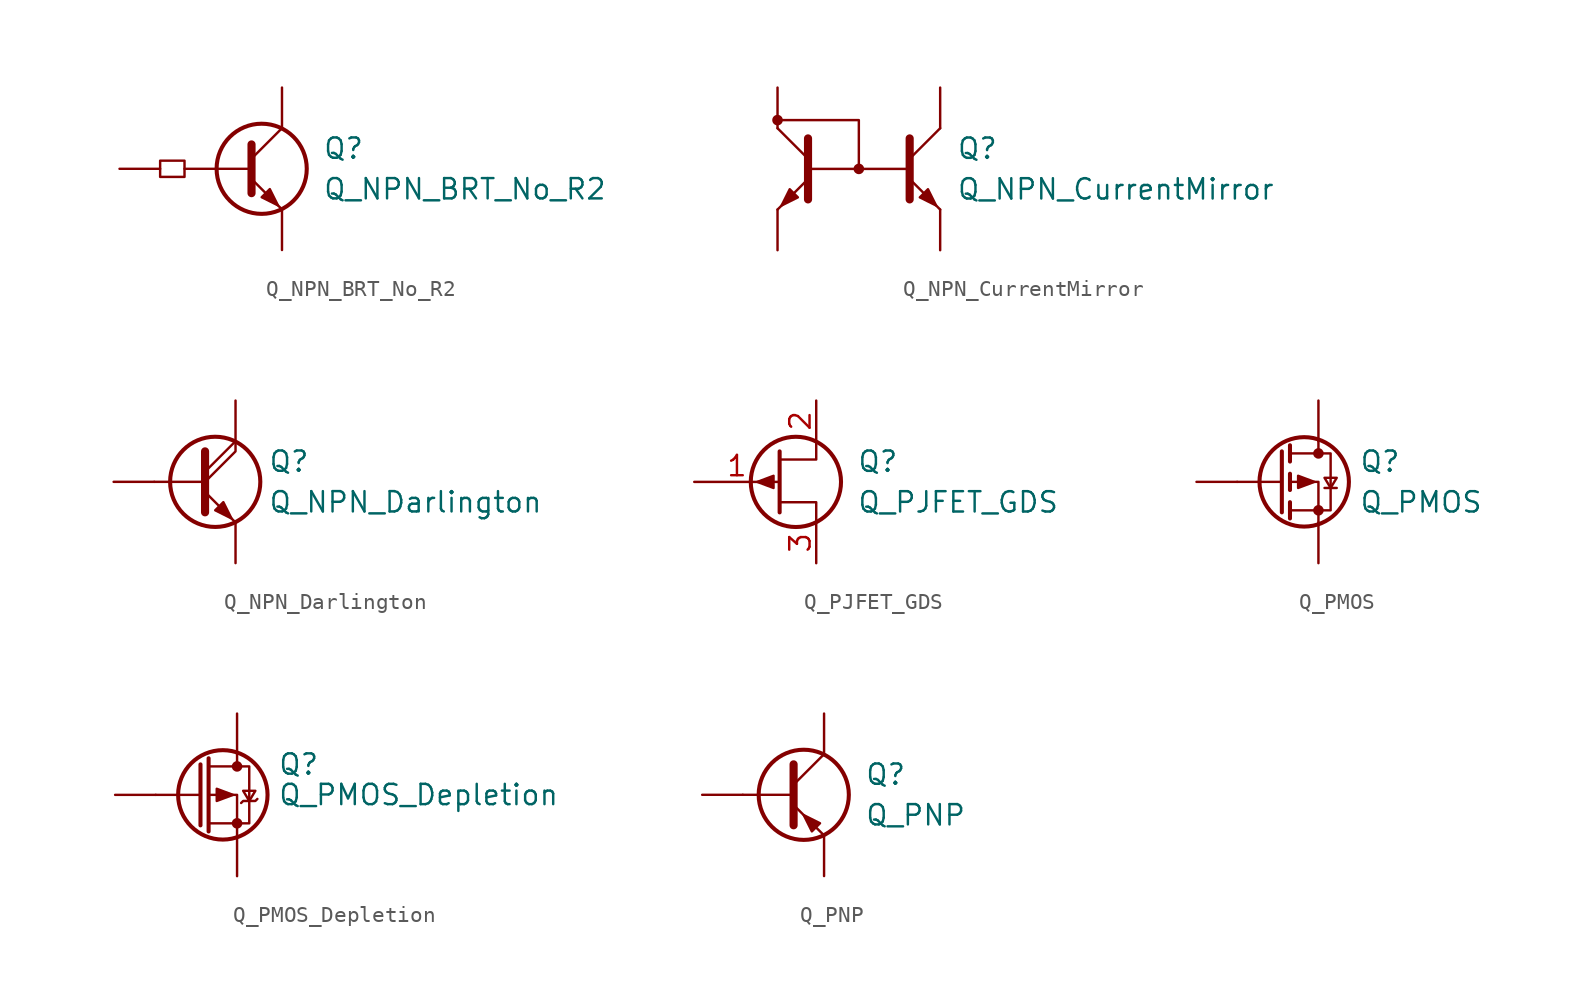
<source format=kicad_sym>
(kicad_symbol_lib
  (version 20241209)
  (generator "kicad_symbol_editor")
  (generator_version "9.0")
  (symbol "Q_NPN_BRT_No_R2"
    (pin_numbers
      (hide yes))
    (pin_names
      (hide yes))
    (property "Reference" "Q"
      (at 3.81 1.27 0)
      (effects (font (size 1.27 1.27)) (justify left)))
    (property "Value" "Q_NPN_BRT_No_R2"
      (at 3.81 -1.27 0)
      (effects (font (size 1.27 1.27)) (justify left)))
    (symbol "Q_NPN_BRT_No_R2_0_1"
      (rectangle (start -6.35 0.508) (end -4.826 -0.508) (stroke (width 0) (type default)) (fill (type none)))
      (polyline (pts (xy -0.762 0) (xy -4.826 0)) (stroke (width 0) (type default)) (fill (type none)))
      (polyline (pts (xy -0.635 1.524) (xy -0.635 -1.524)) (stroke (width 0.508) (type default)) (fill (type none))))
    (symbol "Q_NPN_BRT_No_R2_1_1"
      (polyline (pts (xy -0.635 0.635) (xy 1.27 2.54)) (stroke (width 0) (type default)) (fill (type none)))
      (polyline (pts (xy -0.635 -0.635) (xy 1.27 -2.54)) (stroke (width 0) (type default)) (fill (type none)))
      (circle (center 0 0) (radius 2.819) (stroke (width 0.254) (type default)) (fill (type none)))
      (polyline (pts (xy 0 -1.778) (xy 0.508 -1.27) (xy 1.016 -2.286) (xy 0 -1.778)) (stroke (width 0) (type default)) (fill (type outline)))
      (pin input line (at -8.89 0 0) (length 2.54) (name "B" (effects (font (size 1.27 1.27)))) (number "B" (effects (font (size 1.27 1.27)))))
      (pin passive line (at 1.27 5.08 270) (length 2.54) (name "C" (effects (font (size 1.27 1.27)))) (number "C" (effects (font (size 1.27 1.27)))))
      (pin passive line (at 1.27 -5.08 90) (length 2.54) (name "E" (effects (font (size 1.27 1.27)))) (number "E" (effects (font (size 1.27 1.27)))))))
  (symbol "Q_NPN_CurrentMirror"
    (pin_numbers
      (hide yes))
    (pin_names
      (offset 0)
      (hide yes))
    (property "Reference" "Q"
      (at 6.096 1.27 0)
      (effects (font (size 1.27 1.27)) (justify left)))
    (property "Value" "Q_NPN_CurrentMirror"
      (at 6.096 -1.27 0)
      (effects (font (size 1.27 1.27)) (justify left)))
    (symbol "Q_NPN_CurrentMirror_0_1"
      (circle (center -5.08 3.048) (radius 0.254) (stroke (width 0) (type default)) (fill (type outline)))
      (polyline (pts (xy -5.08 2.54) (xy -3.175 0.635)) (stroke (width 0) (type default)) (fill (type none)))
      (polyline (pts (xy -5.08 -2.54) (xy -3.175 -0.635)) (stroke (width 0) (type default)) (fill (type none)))
      (polyline (pts (xy -3.81 -1.778) (xy -4.318 -1.27) (xy -4.826 -2.286) (xy -3.81 -1.778)) (stroke (width 0) (type default)) (fill (type outline)))
      (polyline (pts (xy -3.175 -1.905) (xy -3.175 1.905)) (stroke (width 0.508) (type default)) (fill (type outline)))
      (polyline (pts (xy 0 0) (xy 0 3.048) (xy -5.08 3.048)) (stroke (width 0) (type default)) (fill (type none)))
      (circle (center 0 0) (radius 0.254) (stroke (width 0) (type default)) (fill (type outline)))
      (polyline (pts (xy 3.175 0) (xy -3.175 0)) (stroke (width 0) (type default)) (fill (type none)))
      (polyline (pts (xy 3.175 -1.905) (xy 3.175 1.905)) (stroke (width 0.508) (type default)) (fill (type outline)))
      (polyline (pts (xy 3.81 -1.778) (xy 4.318 -1.27) (xy 4.826 -2.286) (xy 3.81 -1.778)) (stroke (width 0) (type default)) (fill (type outline)))
      (polyline (pts (xy 5.08 2.54) (xy 3.175 0.635)) (stroke (width 0) (type default)) (fill (type none)))
      (polyline (pts (xy 5.08 -2.54) (xy 3.175 -0.635)) (stroke (width 0) (type default)) (fill (type none))))
    (symbol "Q_NPN_CurrentMirror_1_1"
      (pin passive line (at -5.08 5.08 270) (length 2.54) (name "C2" (effects (font (size 1.27 1.27)))) (number "C2" (effects (font (size 1.27 1.27)))))
      (pin passive line (at -5.08 -5.08 90) (length 2.54) (name "E2" (effects (font (size 1.27 1.27)))) (number "E2" (effects (font (size 1.27 1.27)))))
      (pin passive line (at 5.08 5.08 270) (length 2.54) (name "C1" (effects (font (size 1.27 1.27)))) (number "C1" (effects (font (size 1.27 1.27)))))
      (pin passive line (at 5.08 -5.08 90) (length 2.54) (name "E1" (effects (font (size 1.27 1.27)))) (number "E1" (effects (font (size 1.27 1.27)))))))
  (symbol "Q_NPN_Darlington"
    (pin_numbers
      (hide yes))
    (pin_names
      (offset 0)
      (hide yes))
    (property "Reference" "Q"
      (at 4.572 1.27 0)
      (effects (font (size 1.27 1.27)) (justify left)))
    (property "Value" "Q_NPN_Darlington"
      (at 4.572 -1.27 0)
      (effects (font (size 1.27 1.27)) (justify left)))
    (symbol "Q_NPN_Darlington_0_1"
      (polyline (pts (xy -2.54 0) (xy 0.635 0)) (stroke (width 0) (type default)) (fill (type none)))
      (polyline (pts (xy 0.635 1.905) (xy 0.635 -1.905)) (stroke (width 0.508) (type default)) (fill (type none)))
      (polyline (pts (xy 0.635 0.635) (xy 2.54 2.54)) (stroke (width 0) (type default)) (fill (type none)))
      (polyline (pts (xy 0.635 0) (xy 2.54 1.905) (xy 2.54 2.54)) (stroke (width 0) (type default)) (fill (type none)))
      (polyline (pts (xy 0.635 -0.635) (xy 2.54 -2.54)) (stroke (width 0) (type default)) (fill (type none)))
      (circle (center 1.27 0) (radius 2.819) (stroke (width 0.254) (type default)) (fill (type none)))
      (polyline (pts (xy 1.27 -1.778) (xy 1.778 -1.27) (xy 2.286 -2.286) (xy 1.27 -1.778)) (stroke (width 0) (type default)) (fill (type outline))))
    (symbol "Q_NPN_Darlington_1_1"
      (pin input line (at -5.08 0 0) (length 2.54) (name "B" (effects (font (size 1.27 1.27)))) (number "B" (effects (font (size 1.27 1.27)))))
      (pin passive line (at 2.54 5.08 270) (length 2.54) (name "C" (effects (font (size 1.27 1.27)))) (number "C" (effects (font (size 1.27 1.27)))))
      (pin passive line (at 2.54 -5.08 90) (length 2.54) (name "E" (effects (font (size 1.27 1.27)))) (number "E" (effects (font (size 1.27 1.27)))))))
  (symbol "Q_PJFET_GDS"
    (pin_names
      (offset 0)
      (hide yes))
    (property "Reference" "Q"
      (at 5.08 1.27 0)
      (effects (font (size 1.27 1.27)) (justify left)))
    (property "Value" "Q_PJFET_GDS"
      (at 5.08 -1.27 0)
      (effects (font (size 1.27 1.27)) (justify left)))
    (symbol "Q_PJFET_GDS_0_1"
      (polyline (pts (xy -1.143 0) (xy -0.127 0.381) (xy -0.127 -0.381) (xy -1.143 0)) (stroke (width 0) (type default)) (fill (type outline)))
      (polyline (pts (xy 0.254 1.905) (xy 0.254 -1.905) (xy 0.254 -1.905)) (stroke (width 0.254) (type default)) (fill (type none)))
      (circle (center 1.27 0) (radius 2.819) (stroke (width 0.254) (type default)) (fill (type none)))
      (polyline (pts (xy 2.54 2.54) (xy 2.54 1.397) (xy 0.254 1.397)) (stroke (width 0) (type default)) (fill (type none)))
      (polyline (pts (xy 2.54 -2.54) (xy 2.54 -1.27) (xy 0.254 -1.27)) (stroke (width 0) (type default)) (fill (type none))))
    (symbol "Q_PJFET_GDS_1_1"
      (pin input line (at -5.08 0 0) (length 5.334) (name "G" (effects (font (size 1.27 1.27)))) (number "1" (effects (font (size 1.27 1.27)))))
      (pin passive line (at 2.54 5.08 270) (length 2.54) (name "D" (effects (font (size 1.27 1.27)))) (number "2" (effects (font (size 1.27 1.27)))))
      (pin passive line (at 2.54 -5.08 90) (length 2.54) (name "S" (effects (font (size 1.27 1.27)))) (number "3" (effects (font (size 1.27 1.27)))))))
  (symbol "Q_PMOS"
    (pin_numbers
      (hide yes))
    (pin_names
      (offset 0)
      (hide yes))
    (property "Reference" "Q"
      (at 5.08 1.27 0)
      (effects (font (size 1.27 1.27)) (justify left)))
    (property "Value" "Q_PMOS"
      (at 5.08 -1.27 0)
      (effects (font (size 1.27 1.27)) (justify left)))
    (symbol "Q_PMOS_0_1"
      (polyline (pts (xy 0.254 1.905) (xy 0.254 -1.905)) (stroke (width 0.254) (type default)) (fill (type none)))
      (polyline (pts (xy 0.254 0) (xy -2.54 0)) (stroke (width 0) (type default)) (fill (type none)))
      (polyline (pts (xy 0.762 2.286) (xy 0.762 1.27)) (stroke (width 0.254) (type default)) (fill (type none)))
      (polyline (pts (xy 0.762 1.778) (xy 3.302 1.778) (xy 3.302 -1.778) (xy 0.762 -1.778)) (stroke (width 0) (type default)) (fill (type none)))
      (polyline (pts (xy 0.762 0.508) (xy 0.762 -0.508)) (stroke (width 0.254) (type default)) (fill (type none)))
      (polyline (pts (xy 0.762 -1.27) (xy 0.762 -2.286)) (stroke (width 0.254) (type default)) (fill (type none)))
      (circle (center 1.651 0) (radius 2.794) (stroke (width 0.254) (type default)) (fill (type none)))
      (polyline (pts (xy 2.286 0) (xy 1.27 0.381) (xy 1.27 -0.381) (xy 2.286 0)) (stroke (width 0) (type default)) (fill (type outline)))
      (polyline (pts (xy 2.54 2.54) (xy 2.54 1.778)) (stroke (width 0) (type default)) (fill (type none)))
      (circle (center 2.54 1.778) (radius 0.254) (stroke (width 0) (type default)) (fill (type outline)))
      (circle (center 2.54 -1.778) (radius 0.254) (stroke (width 0) (type default)) (fill (type outline)))
      (polyline (pts (xy 2.54 -2.54) (xy 2.54 0) (xy 0.762 0)) (stroke (width 0) (type default)) (fill (type none)))
      (polyline (pts (xy 2.921 -0.381) (xy 3.683 -0.381)) (stroke (width 0) (type default)) (fill (type none)))
      (polyline (pts (xy 3.302 -0.381) (xy 2.921 0.254) (xy 3.683 0.254) (xy 3.302 -0.381)) (stroke (width 0) (type default)) (fill (type none))))
    (symbol "Q_PMOS_1_1"
      (pin input line (at -5.08 0 0) (length 2.54) (name "G" (effects (font (size 1.27 1.27)))) (number "G" (effects (font (size 1.27 1.27)))))
      (pin passive line (at 2.54 5.08 270) (length 2.54) (name "D" (effects (font (size 1.27 1.27)))) (number "D" (effects (font (size 1.27 1.27)))))
      (pin passive line (at 2.54 -5.08 90) (length 2.54) (name "S" (effects (font (size 1.27 1.27)))) (number "S" (effects (font (size 1.27 1.27)))))))
  (symbol "Q_PMOS_Depletion"
    (pin_numbers
      (hide yes))
    (pin_names
      (offset 0)
      (hide yes))
    (property "Reference" "Q"
      (at 5.08 1.905 0)
      (effects (font (size 1.27 1.27)) (justify left)))
    (property "Value" "Q_PMOS_Depletion"
      (at 5.08 0 0)
      (effects (font (size 1.27 1.27)) (justify left)))
    (symbol "Q_PMOS_Depletion_0_1"
      (polyline (pts (xy 0.254 1.905) (xy 0.254 -1.905)) (stroke (width 0.254) (type default)) (fill (type none)))
      (polyline (pts (xy 0.254 0) (xy -2.54 0)) (stroke (width 0) (type default)) (fill (type none)))
      (polyline (pts (xy 0.762 2.286) (xy 0.762 -2.286)) (stroke (width 0.254) (type default)) (fill (type none)))
      (polyline (pts (xy 0.762 1.778) (xy 3.302 1.778) (xy 3.302 -1.778) (xy 0.762 -1.778)) (stroke (width 0) (type default)) (fill (type none)))
      (circle (center 1.651 0) (radius 2.794) (stroke (width 0.254) (type default)) (fill (type none)))
      (polyline (pts (xy 2.286 0) (xy 1.27 0.381) (xy 1.27 -0.381) (xy 2.286 0)) (stroke (width 0) (type default)) (fill (type outline)))
      (polyline (pts (xy 2.54 2.54) (xy 2.54 1.778)) (stroke (width 0) (type default)) (fill (type none)))
      (circle (center 2.54 1.778) (radius 0.254) (stroke (width 0) (type default)) (fill (type outline)))
      (circle (center 2.54 -1.778) (radius 0.254) (stroke (width 0) (type default)) (fill (type outline)))
      (polyline (pts (xy 2.54 -2.54) (xy 2.54 0) (xy 0.762 0)) (stroke (width 0) (type default)) (fill (type none)))
      (polyline (pts (xy 2.794 -0.508) (xy 2.921 -0.381) (xy 3.683 -0.381) (xy 3.81 -0.254)) (stroke (width 0) (type default)) (fill (type none)))
      (polyline (pts (xy 3.302 -0.381) (xy 2.921 0.254) (xy 3.683 0.254) (xy 3.302 -0.381)) (stroke (width 0) (type default)) (fill (type none))))
    (symbol "Q_PMOS_Depletion_1_1"
      (pin input line (at -5.08 0 0) (length 2.54) (name "G" (effects (font (size 1.27 1.27)))) (number "G" (effects (font (size 1.27 1.27)))))
      (pin passive line (at 2.54 5.08 270) (length 2.54) (name "D" (effects (font (size 1.27 1.27)))) (number "D" (effects (font (size 1.27 1.27)))))
      (pin passive line (at 2.54 -5.08 90) (length 2.54) (name "S" (effects (font (size 1.27 1.27)))) (number "S" (effects (font (size 1.27 1.27)))))))
  (symbol "Q_PNP"
    (pin_numbers
      (hide yes))
    (pin_names
      (offset 0)
      (hide yes))
    (property "Reference" "Q"
      (at 5.08 1.27 0)
      (effects (font (size 1.27 1.27)) (justify left)))
    (property "Value" "Q_PNP"
      (at 5.08 -1.27 0)
      (effects (font (size 1.27 1.27)) (justify left)))
    (symbol "Q_PNP_0_1"
      (polyline (pts (xy -2.54 0) (xy 0.635 0)) (stroke (width 0) (type default)) (fill (type none)))
      (polyline (pts (xy 0.635 1.905) (xy 0.635 -1.905)) (stroke (width 0.508) (type default)) (fill (type none)))
      (polyline (pts (xy 0.635 0.635) (xy 2.54 2.54)) (stroke (width 0) (type default)) (fill (type none)))
      (polyline (pts (xy 0.635 -0.635) (xy 2.54 -2.54)) (stroke (width 0) (type default)) (fill (type none)))
      (circle (center 1.27 0) (radius 2.819) (stroke (width 0.254) (type default)) (fill (type none)))
      (polyline (pts (xy 2.286 -1.778) (xy 1.778 -2.286) (xy 1.27 -1.27) (xy 2.286 -1.778)) (stroke (width 0) (type default)) (fill (type outline))))
    (symbol "Q_PNP_1_1"
      (pin input line (at -5.08 0 0) (length 2.54) (name "B" (effects (font (size 1.27 1.27)))) (number "B" (effects (font (size 1.27 1.27)))))
      (pin passive line (at 2.54 5.08 270) (length 2.54) (name "C" (effects (font (size 1.27 1.27)))) (number "C" (effects (font (size 1.27 1.27)))))
      (pin passive line (at 2.54 -5.08 90) (length 2.54) (name "E" (effects (font (size 1.27 1.27)))) (number "E" (effects (font (size 1.27 1.27))))))))
</source>
